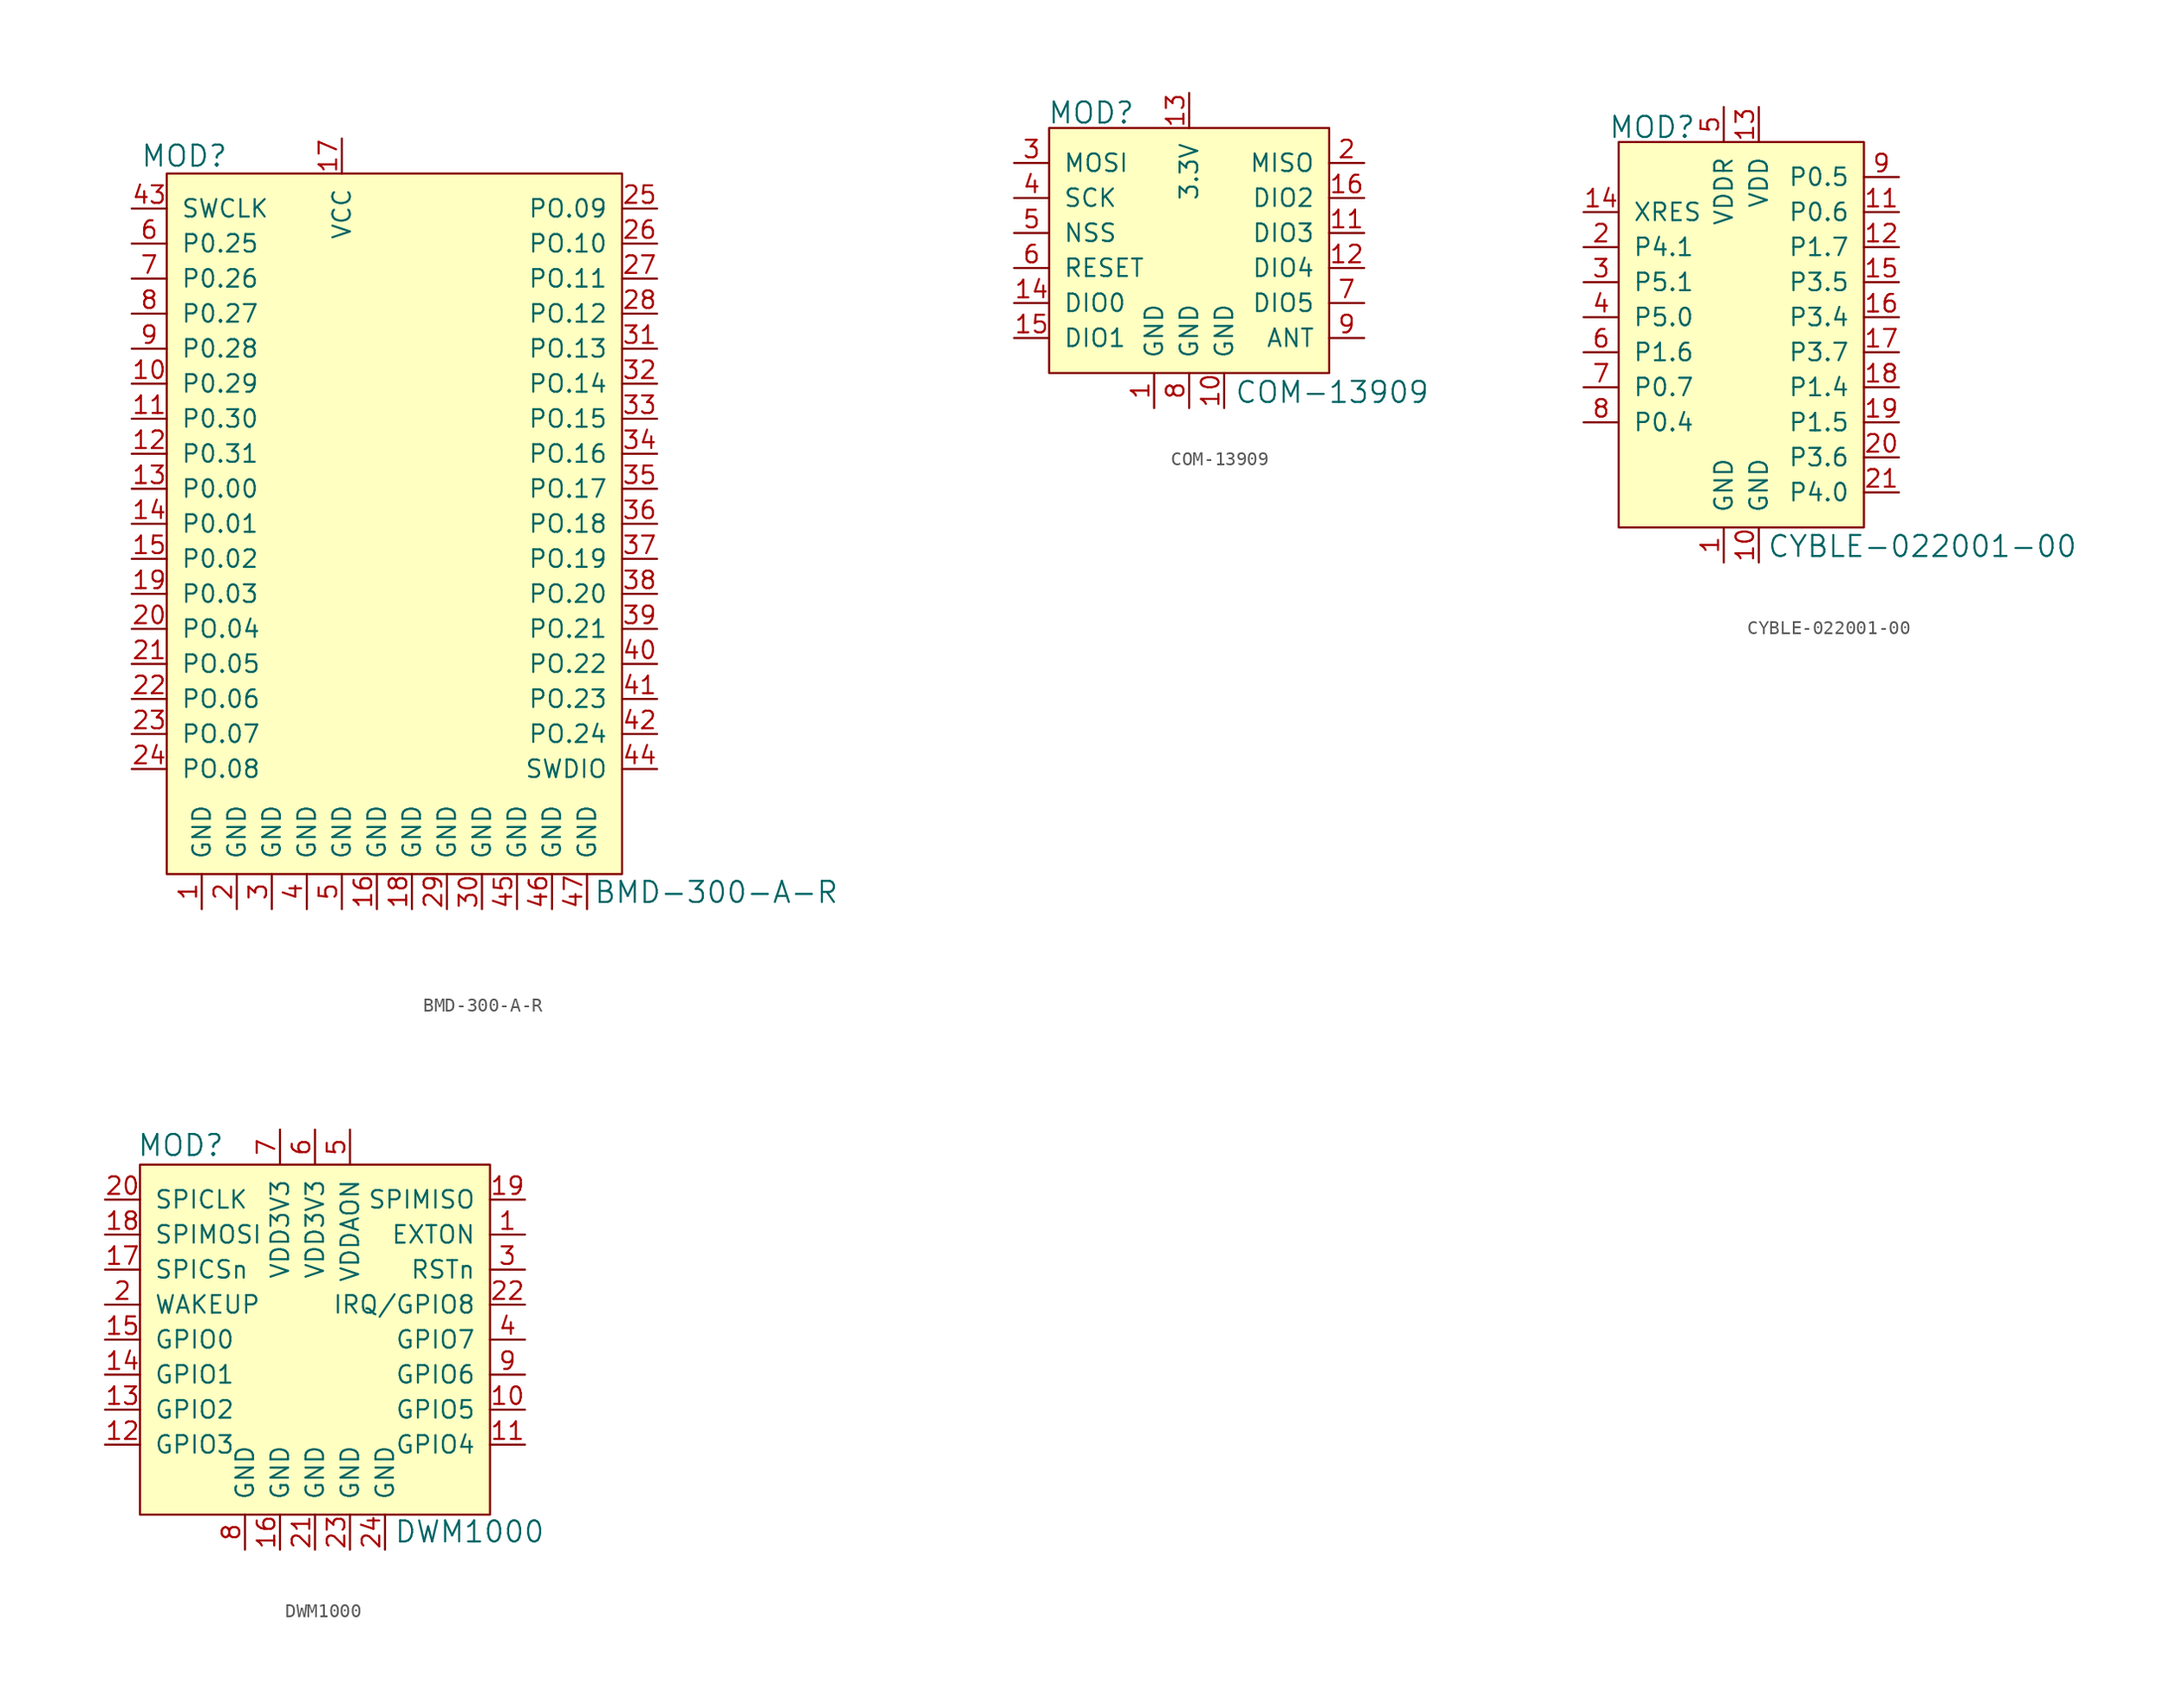
<source format=kicad_sym>
(kicad_symbol_lib
  (version 20220914)
  (generator kicad_symbol_editor)
  (symbol "BMD-300-A-R"
    (pin_names
      (offset 1.016))
    (property "Reference" "MOD"
      (at -13.97 29.21 0)
      (effects (font (size 1.524 1.524))))
    (property "Value" "BMD-300-A-R"
      (at 15.697 -24.181 0)
      (effects (font (size 1.524 1.524)) (justify left)))
    (symbol "BMD-300-A-R_0_1"
      (rectangle (start -15.24 27.94) (end 17.78 -22.86) (stroke (width 0) (type solid)) (fill (type background))))
    (symbol "BMD-300-A-R_1_1"
      (pin power_in line (at -12.7 -25.4 90) (length 2.54) (name "GND" (effects (font (size 1.27 1.27)))) (number "1" (effects (font (size 1.27 1.27)))))
      (pin bidirectional line (at -17.78 12.7 0) (length 2.54) (name "P0.29" (effects (font (size 1.27 1.27)))) (number "10" (effects (font (size 1.27 1.27)))))
      (pin bidirectional line (at -17.78 10.16 0) (length 2.54) (name "P0.30" (effects (font (size 1.27 1.27)))) (number "11" (effects (font (size 1.27 1.27)))))
      (pin bidirectional line (at -17.78 7.62 0) (length 2.54) (name "P0.31" (effects (font (size 1.27 1.27)))) (number "12" (effects (font (size 1.27 1.27)))))
      (pin bidirectional line (at -17.78 5.08 0) (length 2.54) (name "P0.00" (effects (font (size 1.27 1.27)))) (number "13" (effects (font (size 1.27 1.27)))))
      (pin bidirectional line (at -17.78 2.54 0) (length 2.54) (name "P0.01" (effects (font (size 1.27 1.27)))) (number "14" (effects (font (size 1.27 1.27)))))
      (pin bidirectional line (at -17.78 0 0) (length 2.54) (name "P0.02" (effects (font (size 1.27 1.27)))) (number "15" (effects (font (size 1.27 1.27)))))
      (pin power_in line (at 0 -25.4 90) (length 2.54) (name "GND" (effects (font (size 1.27 1.27)))) (number "16" (effects (font (size 1.27 1.27)))))
      (pin power_in line (at -2.54 30.48 270) (length 2.54) (name "VCC" (effects (font (size 1.27 1.27)))) (number "17" (effects (font (size 1.27 1.27)))))
      (pin power_in line (at 2.54 -25.4 90) (length 2.54) (name "GND" (effects (font (size 1.27 1.27)))) (number "18" (effects (font (size 1.27 1.27)))))
      (pin bidirectional line (at -17.78 -2.54 0) (length 2.54) (name "P0.03" (effects (font (size 1.27 1.27)))) (number "19" (effects (font (size 1.27 1.27)))))
      (pin power_in line (at -10.16 -25.4 90) (length 2.54) (name "GND" (effects (font (size 1.27 1.27)))) (number "2" (effects (font (size 1.27 1.27)))))
      (pin bidirectional line (at -17.78 -5.08 0) (length 2.54) (name "PO.04" (effects (font (size 1.27 1.27)))) (number "20" (effects (font (size 1.27 1.27)))))
      (pin bidirectional line (at -17.78 -7.62 0) (length 2.54) (name "PO.05" (effects (font (size 1.27 1.27)))) (number "21" (effects (font (size 1.27 1.27)))))
      (pin bidirectional line (at -17.78 -10.16 0) (length 2.54) (name "PO.06" (effects (font (size 1.27 1.27)))) (number "22" (effects (font (size 1.27 1.27)))))
      (pin bidirectional line (at -17.78 -12.7 0) (length 2.54) (name "PO.07" (effects (font (size 1.27 1.27)))) (number "23" (effects (font (size 1.27 1.27)))))
      (pin bidirectional line (at -17.78 -15.24 0) (length 2.54) (name "PO.08" (effects (font (size 1.27 1.27)))) (number "24" (effects (font (size 1.27 1.27)))))
      (pin bidirectional line (at 20.32 25.4 180) (length 2.54) (name "PO.09" (effects (font (size 1.27 1.27)))) (number "25" (effects (font (size 1.27 1.27)))))
      (pin bidirectional line (at 20.32 22.86 180) (length 2.54) (name "PO.10" (effects (font (size 1.27 1.27)))) (number "26" (effects (font (size 1.27 1.27)))))
      (pin bidirectional line (at 20.32 20.32 180) (length 2.54) (name "PO.11" (effects (font (size 1.27 1.27)))) (number "27" (effects (font (size 1.27 1.27)))))
      (pin bidirectional line (at 20.32 17.78 180) (length 2.54) (name "PO.12" (effects (font (size 1.27 1.27)))) (number "28" (effects (font (size 1.27 1.27)))))
      (pin power_in line (at 5.08 -25.4 90) (length 2.54) (name "GND" (effects (font (size 1.27 1.27)))) (number "29" (effects (font (size 1.27 1.27)))))
      (pin power_in line (at -7.62 -25.4 90) (length 2.54) (name "GND" (effects (font (size 1.27 1.27)))) (number "3" (effects (font (size 1.27 1.27)))))
      (pin power_in line (at 7.62 -25.4 90) (length 2.54) (name "GND" (effects (font (size 1.27 1.27)))) (number "30" (effects (font (size 1.27 1.27)))))
      (pin bidirectional line (at 20.32 15.24 180) (length 2.54) (name "PO.13" (effects (font (size 1.27 1.27)))) (number "31" (effects (font (size 1.27 1.27)))))
      (pin bidirectional line (at 20.32 12.7 180) (length 2.54) (name "PO.14" (effects (font (size 1.27 1.27)))) (number "32" (effects (font (size 1.27 1.27)))))
      (pin bidirectional line (at 20.32 10.16 180) (length 2.54) (name "PO.15" (effects (font (size 1.27 1.27)))) (number "33" (effects (font (size 1.27 1.27)))))
      (pin bidirectional line (at 20.32 7.62 180) (length 2.54) (name "PO.16" (effects (font (size 1.27 1.27)))) (number "34" (effects (font (size 1.27 1.27)))))
      (pin bidirectional line (at 20.32 5.08 180) (length 2.54) (name "PO.17" (effects (font (size 1.27 1.27)))) (number "35" (effects (font (size 1.27 1.27)))))
      (pin bidirectional line (at 20.32 2.54 180) (length 2.54) (name "PO.18" (effects (font (size 1.27 1.27)))) (number "36" (effects (font (size 1.27 1.27)))))
      (pin bidirectional line (at 20.32 0 180) (length 2.54) (name "PO.19" (effects (font (size 1.27 1.27)))) (number "37" (effects (font (size 1.27 1.27)))))
      (pin bidirectional line (at 20.32 -2.54 180) (length 2.54) (name "PO.20" (effects (font (size 1.27 1.27)))) (number "38" (effects (font (size 1.27 1.27)))))
      (pin bidirectional line (at 20.32 -5.08 180) (length 2.54) (name "PO.21" (effects (font (size 1.27 1.27)))) (number "39" (effects (font (size 1.27 1.27)))))
      (pin power_in line (at -5.08 -25.4 90) (length 2.54) (name "GND" (effects (font (size 1.27 1.27)))) (number "4" (effects (font (size 1.27 1.27)))))
      (pin bidirectional line (at 20.32 -7.62 180) (length 2.54) (name "PO.22" (effects (font (size 1.27 1.27)))) (number "40" (effects (font (size 1.27 1.27)))))
      (pin bidirectional line (at 20.32 -10.16 180) (length 2.54) (name "PO.23" (effects (font (size 1.27 1.27)))) (number "41" (effects (font (size 1.27 1.27)))))
      (pin bidirectional line (at 20.32 -12.7 180) (length 2.54) (name "PO.24" (effects (font (size 1.27 1.27)))) (number "42" (effects (font (size 1.27 1.27)))))
      (pin input line (at -17.78 25.4 0) (length 2.54) (name "SWCLK" (effects (font (size 1.27 1.27)))) (number "43" (effects (font (size 1.27 1.27)))))
      (pin bidirectional line (at 20.32 -15.24 180) (length 2.54) (name "SWDIO" (effects (font (size 1.27 1.27)))) (number "44" (effects (font (size 1.27 1.27)))))
      (pin power_in line (at 10.16 -25.4 90) (length 2.54) (name "GND" (effects (font (size 1.27 1.27)))) (number "45" (effects (font (size 1.27 1.27)))))
      (pin power_in line (at 12.7 -25.4 90) (length 2.54) (name "GND" (effects (font (size 1.27 1.27)))) (number "46" (effects (font (size 1.27 1.27)))))
      (pin power_in line (at 15.24 -25.4 90) (length 2.54) (name "GND" (effects (font (size 1.27 1.27)))) (number "47" (effects (font (size 1.27 1.27)))))
      (pin power_in line (at -2.54 -25.4 90) (length 2.54) (name "GND" (effects (font (size 1.27 1.27)))) (number "5" (effects (font (size 1.27 1.27)))))
      (pin bidirectional line (at -17.78 22.86 0) (length 2.54) (name "P0.25" (effects (font (size 1.27 1.27)))) (number "6" (effects (font (size 1.27 1.27)))))
      (pin bidirectional line (at -17.78 20.32 0) (length 2.54) (name "P0.26" (effects (font (size 1.27 1.27)))) (number "7" (effects (font (size 1.27 1.27)))))
      (pin bidirectional line (at -17.78 17.78 0) (length 2.54) (name "P0.27" (effects (font (size 1.27 1.27)))) (number "8" (effects (font (size 1.27 1.27)))))
      (pin bidirectional line (at -17.78 15.24 0) (length 2.54) (name "P0.28" (effects (font (size 1.27 1.27)))) (number "9" (effects (font (size 1.27 1.27)))))))
  (symbol "COM-13909"
    (pin_names
      (offset 1.016))
    (property "Reference" "MOD"
      (at -10.287 13.792 0)
      (effects (font (size 1.524 1.524)) (justify left)))
    (property "Value" "COM-13909"
      (at 3.277 -6.477 0)
      (effects (font (size 1.524 1.524)) (justify left)))
    (symbol "COM-13909_1_1"
      (rectangle (start -10.16 12.7) (end 10.16 -5.08) (stroke (width 0) (type solid)) (fill (type background)))
      (pin power_in line (at -2.54 -7.62 90) (length 2.54) (name "GND" (effects (font (size 1.27 1.27)))) (number "1" (effects (font (size 1.27 1.27)))))
      (pin power_in line (at 2.54 -7.62 90) (length 2.54) (name "GND" (effects (font (size 1.27 1.27)))) (number "10" (effects (font (size 1.27 1.27)))))
      (pin bidirectional line (at 12.7 5.08 180) (length 2.54) (name "DIO3" (effects (font (size 1.27 1.27)))) (number "11" (effects (font (size 1.27 1.27)))))
      (pin bidirectional line (at 12.7 2.54 180) (length 2.54) (name "DIO4" (effects (font (size 1.27 1.27)))) (number "12" (effects (font (size 1.27 1.27)))))
      (pin power_in line (at 0 15.24 270) (length 2.54) (name "3.3V" (effects (font (size 1.27 1.27)))) (number "13" (effects (font (size 1.27 1.27)))))
      (pin bidirectional line (at -12.7 0 0) (length 2.54) (name "DIO0" (effects (font (size 1.27 1.27)))) (number "14" (effects (font (size 1.27 1.27)))))
      (pin bidirectional line (at -12.7 -2.54 0) (length 2.54) (name "DIO1" (effects (font (size 1.27 1.27)))) (number "15" (effects (font (size 1.27 1.27)))))
      (pin bidirectional line (at 12.7 7.62 180) (length 2.54) (name "DIO2" (effects (font (size 1.27 1.27)))) (number "16" (effects (font (size 1.27 1.27)))))
      (pin output line (at 12.7 10.16 180) (length 2.54) (name "MISO" (effects (font (size 1.27 1.27)))) (number "2" (effects (font (size 1.27 1.27)))))
      (pin input line (at -12.7 10.16 0) (length 2.54) (name "MOSI" (effects (font (size 1.27 1.27)))) (number "3" (effects (font (size 1.27 1.27)))))
      (pin input line (at -12.7 7.62 0) (length 2.54) (name "SCK" (effects (font (size 1.27 1.27)))) (number "4" (effects (font (size 1.27 1.27)))))
      (pin input line (at -12.7 5.08 0) (length 2.54) (name "NSS" (effects (font (size 1.27 1.27)))) (number "5" (effects (font (size 1.27 1.27)))))
      (pin input line (at -12.7 2.54 0) (length 2.54) (name "RESET" (effects (font (size 1.27 1.27)))) (number "6" (effects (font (size 1.27 1.27)))))
      (pin bidirectional line (at 12.7 0 180) (length 2.54) (name "DIO5" (effects (font (size 1.27 1.27)))) (number "7" (effects (font (size 1.27 1.27)))))
      (pin power_in line (at 0 -7.62 90) (length 2.54) (name "GND" (effects (font (size 1.27 1.27)))) (number "8" (effects (font (size 1.27 1.27)))))
      (pin bidirectional line (at 12.7 -2.54 180) (length 2.54) (name "ANT" (effects (font (size 1.27 1.27)))) (number "9" (effects (font (size 1.27 1.27)))))))
  (symbol "CYBLE-022001-00"
    (pin_names
      (offset 1.016))
    (property "Reference" "MOD"
      (at -4.547 8.687 0)
      (effects (font (size 1.524 1.524)) (justify right)))
    (property "Value" "CYBLE-022001-00"
      (at 0.584 -21.692 0)
      (effects (font (size 1.524 1.524)) (justify left)))
    (symbol "CYBLE-022001-00_0_1"
      (rectangle (start -10.16 7.62) (end 7.62 -20.32) (stroke (width 0) (type solid)) (fill (type background))))
    (symbol "CYBLE-022001-00_1_1"
      (pin power_in line (at -2.54 -22.86 90) (length 2.54) (name "GND" (effects (font (size 1.27 1.27)))) (number "1" (effects (font (size 1.27 1.27)))))
      (pin power_in line (at 0 -22.86 90) (length 2.54) (name "GND" (effects (font (size 1.27 1.27)))) (number "10" (effects (font (size 1.27 1.27)))))
      (pin bidirectional line (at 10.16 2.54 180) (length 2.54) (name "P0.6" (effects (font (size 1.27 1.27)))) (number "11" (effects (font (size 1.27 1.27)))))
      (pin bidirectional line (at 10.16 0 180) (length 2.54) (name "P1.7" (effects (font (size 1.27 1.27)))) (number "12" (effects (font (size 1.27 1.27)))))
      (pin power_in line (at 0 10.16 270) (length 2.54) (name "VDD" (effects (font (size 1.27 1.27)))) (number "13" (effects (font (size 1.27 1.27)))))
      (pin input line (at -12.7 2.54 0) (length 2.54) (name "XRES" (effects (font (size 1.27 1.27)))) (number "14" (effects (font (size 1.27 1.27)))))
      (pin bidirectional line (at 10.16 -2.54 180) (length 2.54) (name "P3.5" (effects (font (size 1.27 1.27)))) (number "15" (effects (font (size 1.27 1.27)))))
      (pin bidirectional line (at 10.16 -5.08 180) (length 2.54) (name "P3.4" (effects (font (size 1.27 1.27)))) (number "16" (effects (font (size 1.27 1.27)))))
      (pin bidirectional line (at 10.16 -7.62 180) (length 2.54) (name "P3.7" (effects (font (size 1.27 1.27)))) (number "17" (effects (font (size 1.27 1.27)))))
      (pin bidirectional line (at 10.16 -10.16 180) (length 2.54) (name "P1.4" (effects (font (size 1.27 1.27)))) (number "18" (effects (font (size 1.27 1.27)))))
      (pin bidirectional line (at 10.16 -12.7 180) (length 2.54) (name "P1.5" (effects (font (size 1.27 1.27)))) (number "19" (effects (font (size 1.27 1.27)))))
      (pin bidirectional line (at -12.7 0 0) (length 2.54) (name "P4.1" (effects (font (size 1.27 1.27)))) (number "2" (effects (font (size 1.27 1.27)))))
      (pin bidirectional line (at 10.16 -15.24 180) (length 2.54) (name "P3.6" (effects (font (size 1.27 1.27)))) (number "20" (effects (font (size 1.27 1.27)))))
      (pin bidirectional line (at 10.16 -17.78 180) (length 2.54) (name "P4.0" (effects (font (size 1.27 1.27)))) (number "21" (effects (font (size 1.27 1.27)))))
      (pin bidirectional line (at -12.7 -2.54 0) (length 2.54) (name "P5.1" (effects (font (size 1.27 1.27)))) (number "3" (effects (font (size 1.27 1.27)))))
      (pin bidirectional line (at -12.7 -5.08 0) (length 2.54) (name "P5.0" (effects (font (size 1.27 1.27)))) (number "4" (effects (font (size 1.27 1.27)))))
      (pin power_in line (at -2.54 10.16 270) (length 2.54) (name "VDDR" (effects (font (size 1.27 1.27)))) (number "5" (effects (font (size 1.27 1.27)))))
      (pin bidirectional line (at -12.7 -7.62 0) (length 2.54) (name "P1.6" (effects (font (size 1.27 1.27)))) (number "6" (effects (font (size 1.27 1.27)))))
      (pin bidirectional line (at -12.7 -10.16 0) (length 2.54) (name "P0.7" (effects (font (size 1.27 1.27)))) (number "7" (effects (font (size 1.27 1.27)))))
      (pin bidirectional line (at -12.7 -12.7 0) (length 2.54) (name "P0.4" (effects (font (size 1.27 1.27)))) (number "8" (effects (font (size 1.27 1.27)))))
      (pin bidirectional line (at 10.16 5.08 180) (length 2.54) (name "P0.5" (effects (font (size 1.27 1.27)))) (number "9" (effects (font (size 1.27 1.27)))))))
  (symbol "DWM1000"
    (pin_names
      (offset 1.016))
    (property "Reference" "MOD"
      (at -12.929 21.717 0)
      (effects (font (size 1.524 1.524)) (justify left)))
    (property "Value" "DWM1000"
      (at 5.715 -6.325 0)
      (effects (font (size 1.524 1.524)) (justify left)))
    (symbol "DWM1000_0_1"
      (rectangle (start 12.7 20.32) (end -12.7 -5.08) (stroke (width 0) (type solid)) (fill (type background))))
    (symbol "DWM1000_1_1"
      (pin output line (at 15.24 15.24 180) (length 2.54) (name "EXTON" (effects (font (size 1.27 1.27)))) (number "1" (effects (font (size 1.27 1.27)))))
      (pin bidirectional line (at 15.24 2.54 180) (length 2.54) (name "GPIO5" (effects (font (size 1.27 1.27)))) (number "10" (effects (font (size 1.27 1.27)))))
      (pin bidirectional line (at 15.24 0 180) (length 2.54) (name "GPIO4" (effects (font (size 1.27 1.27)))) (number "11" (effects (font (size 1.27 1.27)))))
      (pin bidirectional line (at -15.24 0 0) (length 2.54) (name "GPIO3" (effects (font (size 1.27 1.27)))) (number "12" (effects (font (size 1.27 1.27)))))
      (pin bidirectional line (at -15.24 2.54 0) (length 2.54) (name "GPIO2" (effects (font (size 1.27 1.27)))) (number "13" (effects (font (size 1.27 1.27)))))
      (pin bidirectional line (at -15.24 5.08 0) (length 2.54) (name "GPIO1" (effects (font (size 1.27 1.27)))) (number "14" (effects (font (size 1.27 1.27)))))
      (pin bidirectional line (at -15.24 7.62 0) (length 2.54) (name "GPIO0" (effects (font (size 1.27 1.27)))) (number "15" (effects (font (size 1.27 1.27)))))
      (pin power_in line (at -2.54 -7.62 90) (length 2.54) (name "GND" (effects (font (size 1.27 1.27)))) (number "16" (effects (font (size 1.27 1.27)))))
      (pin input line (at -15.24 12.7 0) (length 2.54) (name "SPICSn" (effects (font (size 1.27 1.27)))) (number "17" (effects (font (size 1.27 1.27)))))
      (pin input line (at -15.24 15.24 0) (length 2.54) (name "SPIMOSI" (effects (font (size 1.27 1.27)))) (number "18" (effects (font (size 1.27 1.27)))))
      (pin output line (at 15.24 17.78 180) (length 2.54) (name "SPIMISO" (effects (font (size 1.27 1.27)))) (number "19" (effects (font (size 1.27 1.27)))))
      (pin input line (at -15.24 10.16 0) (length 2.54) (name "WAKEUP" (effects (font (size 1.27 1.27)))) (number "2" (effects (font (size 1.27 1.27)))))
      (pin input line (at -15.24 17.78 0) (length 2.54) (name "SPICLK" (effects (font (size 1.27 1.27)))) (number "20" (effects (font (size 1.27 1.27)))))
      (pin power_in line (at 0 -7.62 90) (length 2.54) (name "GND" (effects (font (size 1.27 1.27)))) (number "21" (effects (font (size 1.27 1.27)))))
      (pin bidirectional line (at 15.24 10.16 180) (length 2.54) (name "IRQ/GPIO8" (effects (font (size 1.27 1.27)))) (number "22" (effects (font (size 1.27 1.27)))))
      (pin power_in line (at 2.54 -7.62 90) (length 2.54) (name "GND" (effects (font (size 1.27 1.27)))) (number "23" (effects (font (size 1.27 1.27)))))
      (pin power_in line (at 5.08 -7.62 90) (length 2.54) (name "GND" (effects (font (size 1.27 1.27)))) (number "24" (effects (font (size 1.27 1.27)))))
      (pin output line (at 15.24 12.7 180) (length 2.54) (name "RSTn" (effects (font (size 1.27 1.27)))) (number "3" (effects (font (size 1.27 1.27)))))
      (pin bidirectional line (at 15.24 7.62 180) (length 2.54) (name "GPIO7" (effects (font (size 1.27 1.27)))) (number "4" (effects (font (size 1.27 1.27)))))
      (pin power_in line (at 2.54 22.86 270) (length 2.54) (name "VDDAON" (effects (font (size 1.27 1.27)))) (number "5" (effects (font (size 1.27 1.27)))))
      (pin power_in line (at 0 22.86 270) (length 2.54) (name "VDD3V3" (effects (font (size 1.27 1.27)))) (number "6" (effects (font (size 1.27 1.27)))))
      (pin power_in line (at -2.54 22.86 270) (length 2.54) (name "VDD3V3" (effects (font (size 1.27 1.27)))) (number "7" (effects (font (size 1.27 1.27)))))
      (pin power_in line (at -5.08 -7.62 90) (length 2.54) (name "GND" (effects (font (size 1.27 1.27)))) (number "8" (effects (font (size 1.27 1.27)))))
      (pin bidirectional line (at 15.24 5.08 180) (length 2.54) (name "GPIO6" (effects (font (size 1.27 1.27)))) (number "9" (effects (font (size 1.27 1.27))))))))
</source>
